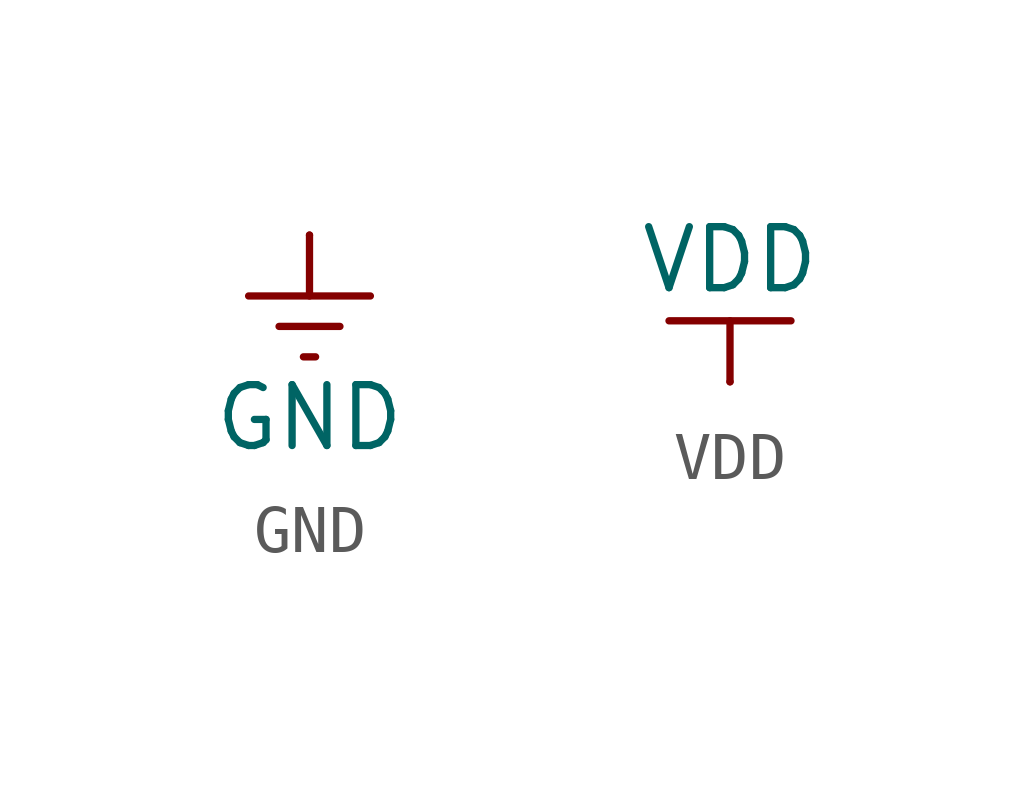
<source format=kicad_sym>
(kicad_symbol_lib
  (version 20241209)
  (generator "kicad_symbol_editor")
  (generator_version "9.0")
  (symbol "GND"
    (power)
    (pin_numbers
      (hide yes))
    (pin_names
      (offset 0)
      (hide yes))
    (property "Reference" "#PWR"
      (at 0 -6.35 0)
      (effects (font (size 1.27 1.27)) (hide yes)))
    (property "Value" "GND"
      (at 0 -3.81 0)
      (effects (font (size 1.27 1.27))))
    (symbol "GND_0_1"
      (polyline (pts (xy -0.635 -1.905) (xy 0.635 -1.905)) (stroke (width 0) (type default)) (fill (type none)))
      (polyline (pts (xy -0.127 -2.54) (xy 0.127 -2.54)) (stroke (width 0) (type default)) (fill (type none)))
      (polyline (pts (xy 0 -1.27) (xy 0 0)) (stroke (width 0) (type default)) (fill (type none)))
      (polyline (pts (xy 1.27 -1.27) (xy -1.27 -1.27)) (stroke (width 0) (type default)) (fill (type none))))
    (symbol "GND_1_1"
      (pin power_in line (at 0 0 270) (length 0) (name "~" (effects (font (size 1.27 1.27)))) (number "1" (effects (font (size 1.27 1.27)))))))
  (symbol "VDD"
    (power)
    (pin_numbers
      (hide yes))
    (pin_names
      (offset 0)
      (hide yes))
    (property "Reference" "#PWR"
      (at 0 -5.08 0)
      (effects (font (size 1.27 1.27)) (hide yes)))
    (property "Value" "VDD"
      (at 0 2.54 0)
      (effects (font (size 1.27 1.27))))
    (symbol "VDD_0_1"
      (polyline (pts (xy -1.27 1.27) (xy 1.27 1.27)) (stroke (width 0) (type default)) (fill (type none)))
      (polyline (pts (xy 0 0) (xy 0 1.27)) (stroke (width 0) (type default)) (fill (type none))))
    (symbol "VDD_1_1"
      (pin power_in line (at 0 0 90) (length 0) (name "~" (effects (font (size 1.27 1.27)))) (number "1" (effects (font (size 1.27 1.27))))))))
</source>
